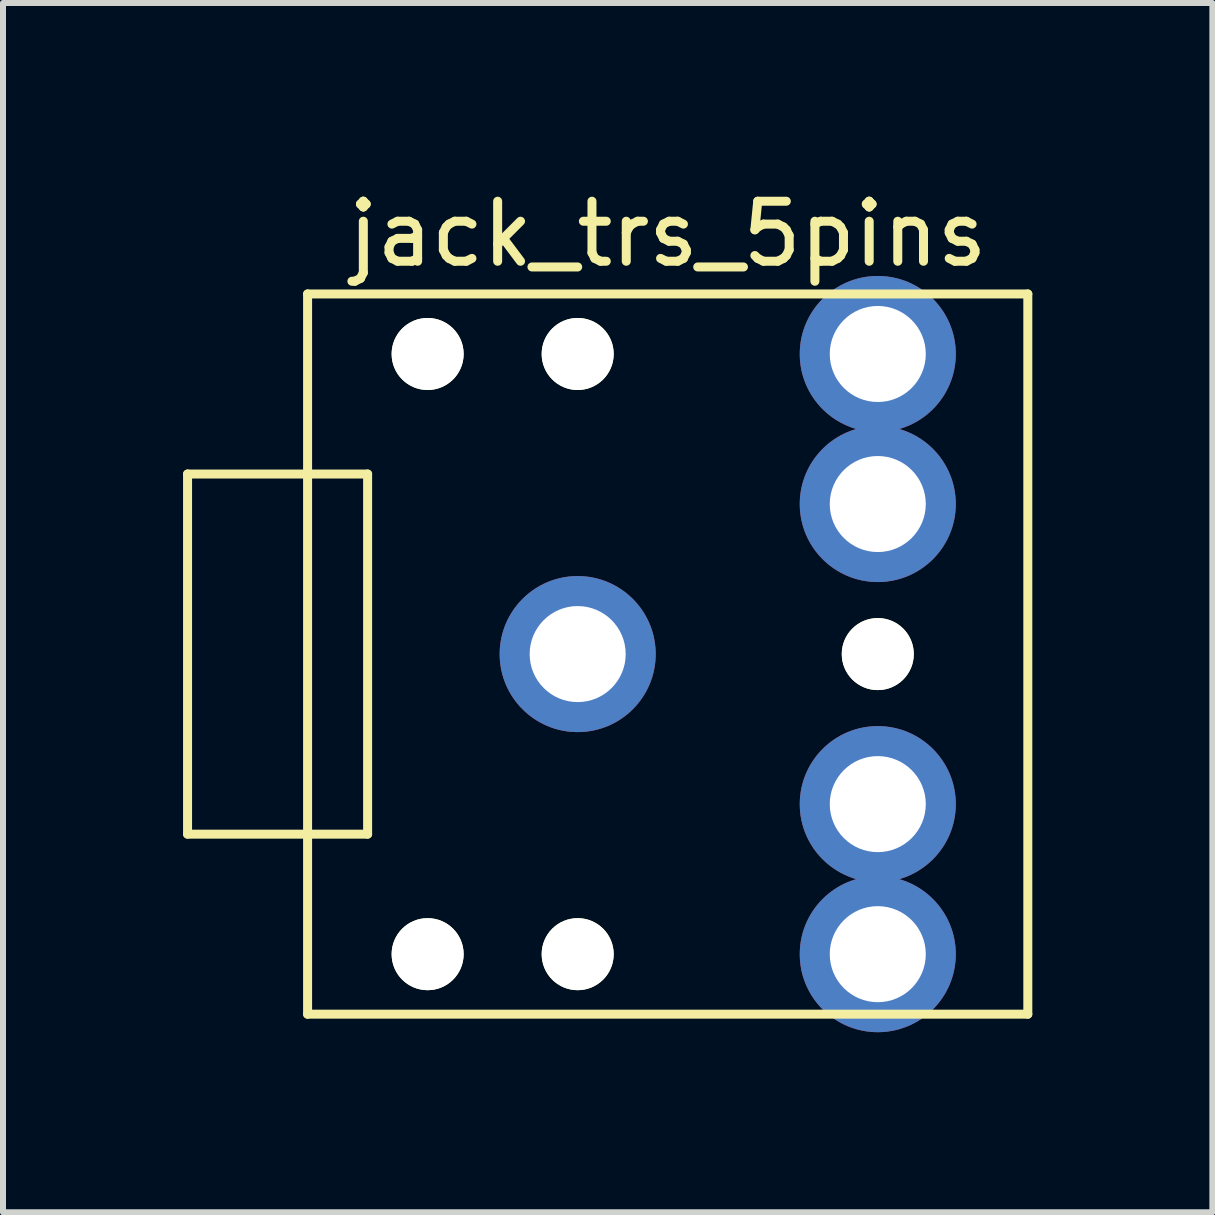
<source format=kicad_pcb>
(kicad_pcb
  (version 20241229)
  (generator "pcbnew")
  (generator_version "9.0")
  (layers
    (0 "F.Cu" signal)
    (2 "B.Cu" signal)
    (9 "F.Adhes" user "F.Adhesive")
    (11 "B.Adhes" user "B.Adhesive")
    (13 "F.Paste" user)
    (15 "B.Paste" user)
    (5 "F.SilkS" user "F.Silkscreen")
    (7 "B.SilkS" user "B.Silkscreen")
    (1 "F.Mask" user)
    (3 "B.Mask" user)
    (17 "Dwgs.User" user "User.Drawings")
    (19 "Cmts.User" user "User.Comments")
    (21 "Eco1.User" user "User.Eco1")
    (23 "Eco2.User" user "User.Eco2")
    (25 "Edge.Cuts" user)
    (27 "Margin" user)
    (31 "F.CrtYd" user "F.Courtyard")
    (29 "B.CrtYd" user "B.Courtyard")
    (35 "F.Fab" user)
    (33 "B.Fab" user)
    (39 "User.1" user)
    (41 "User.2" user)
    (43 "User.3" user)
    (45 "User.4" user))
  (footprint "jack_trs_5pins"
    (layer "F.Cu")
    (at 8.075 7.848)
    (property "Reference" "jack_trs_5pins" (at 0 -7 0) (layer "F.SilkS") (effects (font (size 1 1) (thickness 0.15))))
    (attr through_hole)
    (fp_line (start -8 -3) (end -8 3) (stroke (width 0.15) (type solid)) (layer "F.SilkS"))
    (fp_line (start -8 3) (end -5 3) (stroke (width 0.15) (type solid)) (layer "F.SilkS"))
    (fp_line (start -6 -6) (end -6 6) (stroke (width 0.15) (type solid)) (layer "F.SilkS"))
    (fp_line (start -6 6) (end 6 6) (stroke (width 0.15) (type solid)) (layer "F.SilkS"))
    (fp_line (start -5 -3) (end -8 -3) (stroke (width 0.15) (type solid)) (layer "F.SilkS"))
    (fp_line (start -5 3) (end -5 -3) (stroke (width 0.15) (type solid)) (layer "F.SilkS"))
    (fp_line (start 6 -6) (end -6 -6) (stroke (width 0.15) (type solid)) (layer "F.SilkS"))
    (fp_line (start 6 6) (end 6 -6) (stroke (width 0.15) (type solid)) (layer "F.SilkS"))
    (pad "" np_thru_hole circle (at -4 -5) (size 1.2 1.2) (drill 1.2) (layers "*.Cu" "*.Mask" "F.SilkS"))
    (pad "" np_thru_hole circle (at -4 5) (size 1.2 1.2) (drill 1.2) (layers "*.Cu" "*.Mask" "F.SilkS"))
    (pad "" np_thru_hole circle (at -1.5 -5) (size 1.2 1.2) (drill 1.2) (layers "*.Cu" "*.Mask" "F.SilkS"))
    (pad "" np_thru_hole circle (at -1.5 5) (size 1.2 1.2) (drill 1.2) (layers "*.Cu" "*.Mask" "F.SilkS"))
    (pad "" np_thru_hole circle (at 3.5 0) (size 1.2 1.2) (drill 1.2) (layers "*.Cu" "*.Mask" "F.SilkS"))
    (pad "1" thru_hole circle (at -1.5 0) (size 2.6 2.6) (drill 1.6) (layers "*.Cu" "*.Mask"))
    (pad "2" thru_hole circle (at 3.5 -5 90) (size 2.6 2.6) (drill 1.6) (layers "*.Cu" "*.Mask"))
    (pad "3" thru_hole circle (at 3.5 -2.5 90) (size 2.6 2.6) (drill 1.6) (layers "*.Cu" "*.Mask"))
    (pad "4" thru_hole circle (at 3.5 2.5 90) (size 2.6 2.6) (drill 1.6) (layers "*.Cu" "*.Mask"))
    (pad "5" thru_hole circle (at 3.5 5 90) (size 2.6 2.6) (drill 1.6) (layers "*.Cu" "*.Mask")))
  (gr_rect
    (start -3 -3)
    (end 17.15 17.148)
    (stroke (width 0.1) (type default))
    (fill no)
    (layer "Edge.Cuts")))
</source>
